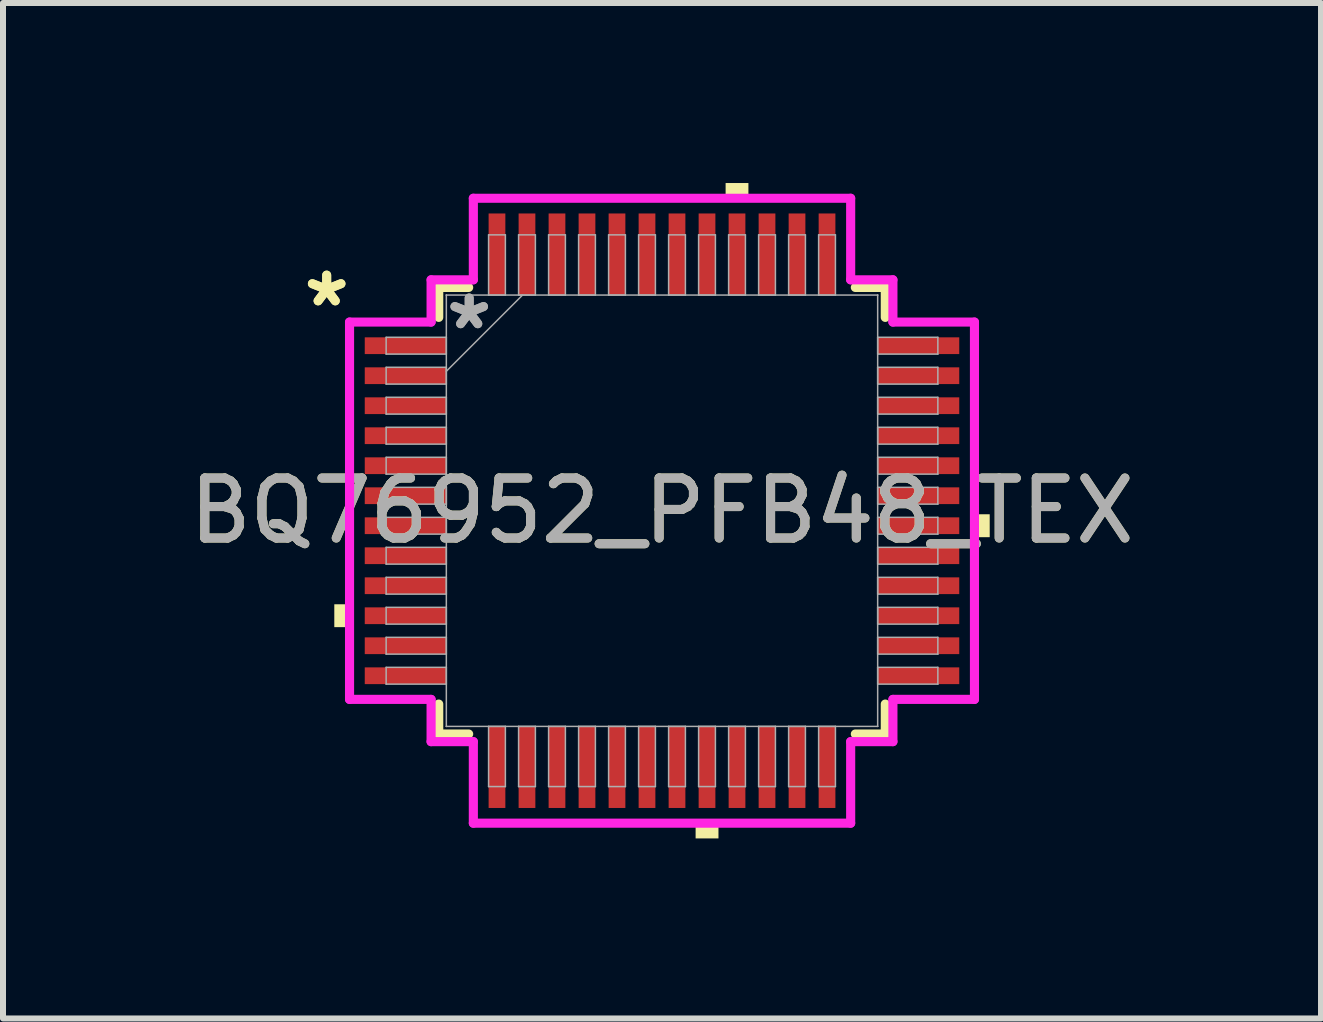
<source format=kicad_pcb>
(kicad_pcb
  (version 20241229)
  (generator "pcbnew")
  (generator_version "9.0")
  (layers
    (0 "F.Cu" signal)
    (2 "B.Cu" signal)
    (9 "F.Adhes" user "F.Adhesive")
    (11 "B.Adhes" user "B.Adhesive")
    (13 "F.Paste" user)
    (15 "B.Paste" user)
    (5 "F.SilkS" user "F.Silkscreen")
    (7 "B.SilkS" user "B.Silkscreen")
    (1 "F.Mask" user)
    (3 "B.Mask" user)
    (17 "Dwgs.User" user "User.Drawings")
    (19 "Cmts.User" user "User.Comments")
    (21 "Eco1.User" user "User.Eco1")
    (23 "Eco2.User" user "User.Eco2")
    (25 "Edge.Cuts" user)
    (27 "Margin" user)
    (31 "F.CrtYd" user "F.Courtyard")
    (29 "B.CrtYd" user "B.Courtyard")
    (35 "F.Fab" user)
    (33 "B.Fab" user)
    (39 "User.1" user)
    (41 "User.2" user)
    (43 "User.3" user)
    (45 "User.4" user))
  (footprint "BQ76952_PFB48_TEX"
    (layer "F.Cu")
    (at 7.982 5.461)
    (property "Reference" "BQ76952_PFB48_TEX" (at 0 0 0) (unlocked yes) (layer "F.SilkS") (effects (font (size 1 1) (thickness 0.15))))
    (attr smd)
    (fp_line (start -3.721 -3.721) (end -3.721 -3.222) (stroke (width 0.152) (type solid)) (layer "F.SilkS"))
    (fp_line (start -3.721 3.222) (end -3.721 3.721) (stroke (width 0.152) (type solid)) (layer "F.SilkS"))
    (fp_line (start -3.721 3.721) (end -3.222 3.721) (stroke (width 0.152) (type solid)) (layer "F.SilkS"))
    (fp_line (start -3.222 -3.721) (end -3.721 -3.721) (stroke (width 0.152) (type solid)) (layer "F.SilkS"))
    (fp_line (start 3.222 3.721) (end 3.721 3.721) (stroke (width 0.152) (type solid)) (layer "F.SilkS"))
    (fp_line (start 3.721 -3.721) (end 3.222 -3.721) (stroke (width 0.152) (type solid)) (layer "F.SilkS"))
    (fp_line (start 3.721 -3.222) (end 3.721 -3.721) (stroke (width 0.152) (type solid)) (layer "F.SilkS"))
    (fp_line (start 3.721 3.721) (end 3.721 3.222) (stroke (width 0.152) (type solid)) (layer "F.SilkS"))
    (fp_poly (pts (xy -5.461 1.559) (xy -5.461 1.94) (xy -5.207 1.94) (xy -5.207 1.559)) (stroke (width 0) (type solid)) (fill yes) (layer "F.SilkS"))
    (fp_poly (pts (xy 0.56 5.207) (xy 0.56 5.461) (xy 0.941 5.461) (xy 0.941 5.207)) (stroke (width 0) (type solid)) (fill yes) (layer "F.SilkS"))
    (fp_poly (pts (xy 1.06 -5.207) (xy 1.06 -5.461) (xy 1.44 -5.461) (xy 1.44 -5.207)) (stroke (width 0) (type solid)) (fill yes) (layer "F.SilkS"))
    (fp_poly (pts (xy 5.461 0.059) (xy 5.461 0.441) (xy 5.207 0.441) (xy 5.207 0.059)) (stroke (width 0) (type solid)) (fill yes) (layer "F.SilkS"))
    (fp_line (start -5.207 -3.144) (end -3.848 -3.144) (stroke (width 0.152) (type solid)) (layer "F.CrtYd"))
    (fp_line (start -5.207 3.144) (end -5.207 -3.144) (stroke (width 0.152) (type solid)) (layer "F.CrtYd"))
    (fp_line (start -3.848 -3.848) (end -3.144 -3.848) (stroke (width 0.152) (type solid)) (layer "F.CrtYd"))
    (fp_line (start -3.848 -3.144) (end -3.848 -3.848) (stroke (width 0.152) (type solid)) (layer "F.CrtYd"))
    (fp_line (start -3.848 3.144) (end -5.207 3.144) (stroke (width 0.152) (type solid)) (layer "F.CrtYd"))
    (fp_line (start -3.848 3.848) (end -3.848 3.144) (stroke (width 0.152) (type solid)) (layer "F.CrtYd"))
    (fp_line (start -3.848 3.848) (end -3.144 3.848) (stroke (width 0.152) (type solid)) (layer "F.CrtYd"))
    (fp_line (start -3.144 -5.207) (end 3.144 -5.207) (stroke (width 0.152) (type solid)) (layer "F.CrtYd"))
    (fp_line (start -3.144 -3.848) (end -3.144 -5.207) (stroke (width 0.152) (type solid)) (layer "F.CrtYd"))
    (fp_line (start -3.144 3.848) (end -3.144 5.207) (stroke (width 0.152) (type solid)) (layer "F.CrtYd"))
    (fp_line (start -3.144 5.207) (end 3.144 5.207) (stroke (width 0.152) (type solid)) (layer "F.CrtYd"))
    (fp_line (start 3.144 -5.207) (end 3.144 -3.848) (stroke (width 0.152) (type solid)) (layer "F.CrtYd"))
    (fp_line (start 3.144 -3.848) (end 3.848 -3.848) (stroke (width 0.152) (type solid)) (layer "F.CrtYd"))
    (fp_line (start 3.144 3.848) (end 3.848 3.848) (stroke (width 0.152) (type solid)) (layer "F.CrtYd"))
    (fp_line (start 3.144 5.207) (end 3.144 3.848) (stroke (width 0.152) (type solid)) (layer "F.CrtYd"))
    (fp_line (start 3.848 -3.144) (end 3.848 -3.848) (stroke (width 0.152) (type solid)) (layer "F.CrtYd"))
    (fp_line (start 3.848 3.144) (end 5.207 3.144) (stroke (width 0.152) (type solid)) (layer "F.CrtYd"))
    (fp_line (start 3.848 3.848) (end 3.848 3.144) (stroke (width 0.152) (type solid)) (layer "F.CrtYd"))
    (fp_line (start 5.207 -3.144) (end 3.848 -3.144) (stroke (width 0.152) (type solid)) (layer "F.CrtYd"))
    (fp_line (start 5.207 3.144) (end 5.207 -3.144) (stroke (width 0.152) (type solid)) (layer "F.CrtYd"))
    (fp_line (start -4.597 -2.89) (end -4.597 -2.61) (stroke (width 0.025) (type solid)) (layer "F.Fab"))
    (fp_line (start -4.597 -2.61) (end -3.594 -2.61) (stroke (width 0.025) (type solid)) (layer "F.Fab"))
    (fp_line (start -4.597 -2.39) (end -4.597 -2.11) (stroke (width 0.025) (type solid)) (layer "F.Fab"))
    (fp_line (start -4.597 -2.11) (end -3.594 -2.11) (stroke (width 0.025) (type solid)) (layer "F.Fab"))
    (fp_line (start -4.597 -1.89) (end -4.597 -1.61) (stroke (width 0.025) (type solid)) (layer "F.Fab"))
    (fp_line (start -4.597 -1.61) (end -3.594 -1.61) (stroke (width 0.025) (type solid)) (layer "F.Fab"))
    (fp_line (start -4.597 -1.39) (end -4.597 -1.11) (stroke (width 0.025) (type solid)) (layer "F.Fab"))
    (fp_line (start -4.597 -1.11) (end -3.594 -1.11) (stroke (width 0.025) (type solid)) (layer "F.Fab"))
    (fp_line (start -4.597 -0.89) (end -4.597 -0.61) (stroke (width 0.025) (type solid)) (layer "F.Fab"))
    (fp_line (start -4.597 -0.61) (end -3.594 -0.61) (stroke (width 0.025) (type solid)) (layer "F.Fab"))
    (fp_line (start -4.597 -0.39) (end -4.597 -0.11) (stroke (width 0.025) (type solid)) (layer "F.Fab"))
    (fp_line (start -4.597 -0.11) (end -3.594 -0.11) (stroke (width 0.025) (type solid)) (layer "F.Fab"))
    (fp_line (start -4.597 0.11) (end -4.597 0.39) (stroke (width 0.025) (type solid)) (layer "F.Fab"))
    (fp_line (start -4.597 0.39) (end -3.594 0.39) (stroke (width 0.025) (type solid)) (layer "F.Fab"))
    (fp_line (start -4.597 0.61) (end -4.597 0.89) (stroke (width 0.025) (type solid)) (layer "F.Fab"))
    (fp_line (start -4.597 0.89) (end -3.594 0.89) (stroke (width 0.025) (type solid)) (layer "F.Fab"))
    (fp_line (start -4.597 1.11) (end -4.597 1.39) (stroke (width 0.025) (type solid)) (layer "F.Fab"))
    (fp_line (start -4.597 1.39) (end -3.594 1.39) (stroke (width 0.025) (type solid)) (layer "F.Fab"))
    (fp_line (start -4.597 1.61) (end -4.597 1.89) (stroke (width 0.025) (type solid)) (layer "F.Fab"))
    (fp_line (start -4.597 1.89) (end -3.594 1.89) (stroke (width 0.025) (type solid)) (layer "F.Fab"))
    (fp_line (start -4.597 2.11) (end -4.597 2.39) (stroke (width 0.025) (type solid)) (layer "F.Fab"))
    (fp_line (start -4.597 2.39) (end -3.594 2.39) (stroke (width 0.025) (type solid)) (layer "F.Fab"))
    (fp_line (start -4.597 2.61) (end -4.597 2.89) (stroke (width 0.025) (type solid)) (layer "F.Fab"))
    (fp_line (start -4.597 2.89) (end -3.594 2.89) (stroke (width 0.025) (type solid)) (layer "F.Fab"))
    (fp_line (start -3.594 -3.594) (end -3.594 -3.594) (stroke (width 0.025) (type solid)) (layer "F.Fab"))
    (fp_line (start -3.594 -3.594) (end -3.594 3.594) (stroke (width 0.025) (type solid)) (layer "F.Fab"))
    (fp_line (start -3.594 -2.89) (end -4.597 -2.89) (stroke (width 0.025) (type solid)) (layer "F.Fab"))
    (fp_line (start -3.594 -2.61) (end -3.594 -2.89) (stroke (width 0.025) (type solid)) (layer "F.Fab"))
    (fp_line (start -3.594 -2.39) (end -4.597 -2.39) (stroke (width 0.025) (type solid)) (layer "F.Fab"))
    (fp_line (start -3.594 -2.324) (end -2.324 -3.594) (stroke (width 0.025) (type solid)) (layer "F.Fab"))
    (fp_line (start -3.594 -2.11) (end -3.594 -2.39) (stroke (width 0.025) (type solid)) (layer "F.Fab"))
    (fp_line (start -3.594 -1.89) (end -4.597 -1.89) (stroke (width 0.025) (type solid)) (layer "F.Fab"))
    (fp_line (start -3.594 -1.61) (end -3.594 -1.89) (stroke (width 0.025) (type solid)) (layer "F.Fab"))
    (fp_line (start -3.594 -1.39) (end -4.597 -1.39) (stroke (width 0.025) (type solid)) (layer "F.Fab"))
    (fp_line (start -3.594 -1.11) (end -3.594 -1.39) (stroke (width 0.025) (type solid)) (layer "F.Fab"))
    (fp_line (start -3.594 -0.89) (end -4.597 -0.89) (stroke (width 0.025) (type solid)) (layer "F.Fab"))
    (fp_line (start -3.594 -0.61) (end -3.594 -0.89) (stroke (width 0.025) (type solid)) (layer "F.Fab"))
    (fp_line (start -3.594 -0.39) (end -4.597 -0.39) (stroke (width 0.025) (type solid)) (layer "F.Fab"))
    (fp_line (start -3.594 -0.11) (end -3.594 -0.39) (stroke (width 0.025) (type solid)) (layer "F.Fab"))
    (fp_line (start -3.594 0.11) (end -4.597 0.11) (stroke (width 0.025) (type solid)) (layer "F.Fab"))
    (fp_line (start -3.594 0.39) (end -3.594 0.11) (stroke (width 0.025) (type solid)) (layer "F.Fab"))
    (fp_line (start -3.594 0.61) (end -4.597 0.61) (stroke (width 0.025) (type solid)) (layer "F.Fab"))
    (fp_line (start -3.594 0.89) (end -3.594 0.61) (stroke (width 0.025) (type solid)) (layer "F.Fab"))
    (fp_line (start -3.594 1.11) (end -4.597 1.11) (stroke (width 0.025) (type solid)) (layer "F.Fab"))
    (fp_line (start -3.594 1.39) (end -3.594 1.11) (stroke (width 0.025) (type solid)) (layer "F.Fab"))
    (fp_line (start -3.594 1.61) (end -4.597 1.61) (stroke (width 0.025) (type solid)) (layer "F.Fab"))
    (fp_line (start -3.594 1.89) (end -3.594 1.61) (stroke (width 0.025) (type solid)) (layer "F.Fab"))
    (fp_line (start -3.594 2.11) (end -4.597 2.11) (stroke (width 0.025) (type solid)) (layer "F.Fab"))
    (fp_line (start -3.594 2.39) (end -3.594 2.11) (stroke (width 0.025) (type solid)) (layer "F.Fab"))
    (fp_line (start -3.594 2.61) (end -4.597 2.61) (stroke (width 0.025) (type solid)) (layer "F.Fab"))
    (fp_line (start -3.594 2.89) (end -3.594 2.61) (stroke (width 0.025) (type solid)) (layer "F.Fab"))
    (fp_line (start -3.594 3.594) (end -3.594 3.594) (stroke (width 0.025) (type solid)) (layer "F.Fab"))
    (fp_line (start -3.594 3.594) (end 3.594 3.594) (stroke (width 0.025) (type solid)) (layer "F.Fab"))
    (fp_line (start -2.89 -4.597) (end -2.89 -3.594) (stroke (width 0.025) (type solid)) (layer "F.Fab"))
    (fp_line (start -2.89 -3.594) (end -2.61 -3.594) (stroke (width 0.025) (type solid)) (layer "F.Fab"))
    (fp_line (start -2.89 3.594) (end -2.89 4.597) (stroke (width 0.025) (type solid)) (layer "F.Fab"))
    (fp_line (start -2.89 4.597) (end -2.61 4.597) (stroke (width 0.025) (type solid)) (layer "F.Fab"))
    (fp_line (start -2.61 -4.597) (end -2.89 -4.597) (stroke (width 0.025) (type solid)) (layer "F.Fab"))
    (fp_line (start -2.61 -3.594) (end -2.61 -4.597) (stroke (width 0.025) (type solid)) (layer "F.Fab"))
    (fp_line (start -2.61 3.594) (end -2.89 3.594) (stroke (width 0.025) (type solid)) (layer "F.Fab"))
    (fp_line (start -2.61 4.597) (end -2.61 3.594) (stroke (width 0.025) (type solid)) (layer "F.Fab"))
    (fp_line (start -2.39 -4.597) (end -2.39 -3.594) (stroke (width 0.025) (type solid)) (layer "F.Fab"))
    (fp_line (start -2.39 -3.594) (end -2.11 -3.594) (stroke (width 0.025) (type solid)) (layer "F.Fab"))
    (fp_line (start -2.39 3.594) (end -2.39 4.597) (stroke (width 0.025) (type solid)) (layer "F.Fab"))
    (fp_line (start -2.39 4.597) (end -2.11 4.597) (stroke (width 0.025) (type solid)) (layer "F.Fab"))
    (fp_line (start -2.11 -4.597) (end -2.39 -4.597) (stroke (width 0.025) (type solid)) (layer "F.Fab"))
    (fp_line (start -2.11 -3.594) (end -2.11 -4.597) (stroke (width 0.025) (type solid)) (layer "F.Fab"))
    (fp_line (start -2.11 3.594) (end -2.39 3.594) (stroke (width 0.025) (type solid)) (layer "F.Fab"))
    (fp_line (start -2.11 4.597) (end -2.11 3.594) (stroke (width 0.025) (type solid)) (layer "F.Fab"))
    (fp_line (start -1.89 -4.597) (end -1.89 -3.594) (stroke (width 0.025) (type solid)) (layer "F.Fab"))
    (fp_line (start -1.89 -3.594) (end -1.61 -3.594) (stroke (width 0.025) (type solid)) (layer "F.Fab"))
    (fp_line (start -1.89 3.594) (end -1.89 4.597) (stroke (width 0.025) (type solid)) (layer "F.Fab"))
    (fp_line (start -1.89 4.597) (end -1.61 4.597) (stroke (width 0.025) (type solid)) (layer "F.Fab"))
    (fp_line (start -1.61 -4.597) (end -1.89 -4.597) (stroke (width 0.025) (type solid)) (layer "F.Fab"))
    (fp_line (start -1.61 -3.594) (end -1.61 -4.597) (stroke (width 0.025) (type solid)) (layer "F.Fab"))
    (fp_line (start -1.61 3.594) (end -1.89 3.594) (stroke (width 0.025) (type solid)) (layer "F.Fab"))
    (fp_line (start -1.61 4.597) (end -1.61 3.594) (stroke (width 0.025) (type solid)) (layer "F.Fab"))
    (fp_line (start -1.39 -4.597) (end -1.39 -3.594) (stroke (width 0.025) (type solid)) (layer "F.Fab"))
    (fp_line (start -1.39 -3.594) (end -1.11 -3.594) (stroke (width 0.025) (type solid)) (layer "F.Fab"))
    (fp_line (start -1.39 3.594) (end -1.39 4.597) (stroke (width 0.025) (type solid)) (layer "F.Fab"))
    (fp_line (start -1.39 4.597) (end -1.11 4.597) (stroke (width 0.025) (type solid)) (layer "F.Fab"))
    (fp_line (start -1.11 -4.597) (end -1.39 -4.597) (stroke (width 0.025) (type solid)) (layer "F.Fab"))
    (fp_line (start -1.11 -3.594) (end -1.11 -4.597) (stroke (width 0.025) (type solid)) (layer "F.Fab"))
    (fp_line (start -1.11 3.594) (end -1.39 3.594) (stroke (width 0.025) (type solid)) (layer "F.Fab"))
    (fp_line (start -1.11 4.597) (end -1.11 3.594) (stroke (width 0.025) (type solid)) (layer "F.Fab"))
    (fp_line (start -0.89 -4.597) (end -0.89 -3.594) (stroke (width 0.025) (type solid)) (layer "F.Fab"))
    (fp_line (start -0.89 -3.594) (end -0.61 -3.594) (stroke (width 0.025) (type solid)) (layer "F.Fab"))
    (fp_line (start -0.89 3.594) (end -0.89 4.597) (stroke (width 0.025) (type solid)) (layer "F.Fab"))
    (fp_line (start -0.89 4.597) (end -0.61 4.597) (stroke (width 0.025) (type solid)) (layer "F.Fab"))
    (fp_line (start -0.61 -4.597) (end -0.89 -4.597) (stroke (width 0.025) (type solid)) (layer "F.Fab"))
    (fp_line (start -0.61 -3.594) (end -0.61 -4.597) (stroke (width 0.025) (type solid)) (layer "F.Fab"))
    (fp_line (start -0.61 3.594) (end -0.89 3.594) (stroke (width 0.025) (type solid)) (layer "F.Fab"))
    (fp_line (start -0.61 4.597) (end -0.61 3.594) (stroke (width 0.025) (type solid)) (layer "F.Fab"))
    (fp_line (start -0.39 -4.597) (end -0.39 -3.594) (stroke (width 0.025) (type solid)) (layer "F.Fab"))
    (fp_line (start -0.39 -3.594) (end -0.11 -3.594) (stroke (width 0.025) (type solid)) (layer "F.Fab"))
    (fp_line (start -0.39 3.594) (end -0.39 4.597) (stroke (width 0.025) (type solid)) (layer "F.Fab"))
    (fp_line (start -0.39 4.597) (end -0.11 4.597) (stroke (width 0.025) (type solid)) (layer "F.Fab"))
    (fp_line (start -0.11 -4.597) (end -0.39 -4.597) (stroke (width 0.025) (type solid)) (layer "F.Fab"))
    (fp_line (start -0.11 -3.594) (end -0.11 -4.597) (stroke (width 0.025) (type solid)) (layer "F.Fab"))
    (fp_line (start -0.11 3.594) (end -0.39 3.594) (stroke (width 0.025) (type solid)) (layer "F.Fab"))
    (fp_line (start -0.11 4.597) (end -0.11 3.594) (stroke (width 0.025) (type solid)) (layer "F.Fab"))
    (fp_line (start 0.11 -4.597) (end 0.11 -3.594) (stroke (width 0.025) (type solid)) (layer "F.Fab"))
    (fp_line (start 0.11 -3.594) (end 0.39 -3.594) (stroke (width 0.025) (type solid)) (layer "F.Fab"))
    (fp_line (start 0.11 3.594) (end 0.11 4.597) (stroke (width 0.025) (type solid)) (layer "F.Fab"))
    (fp_line (start 0.11 4.597) (end 0.39 4.597) (stroke (width 0.025) (type solid)) (layer "F.Fab"))
    (fp_line (start 0.39 -4.597) (end 0.11 -4.597) (stroke (width 0.025) (type solid)) (layer "F.Fab"))
    (fp_line (start 0.39 -3.594) (end 0.39 -4.597) (stroke (width 0.025) (type solid)) (layer "F.Fab"))
    (fp_line (start 0.39 3.594) (end 0.11 3.594) (stroke (width 0.025) (type solid)) (layer "F.Fab"))
    (fp_line (start 0.39 4.597) (end 0.39 3.594) (stroke (width 0.025) (type solid)) (layer "F.Fab"))
    (fp_line (start 0.61 -4.597) (end 0.61 -3.594) (stroke (width 0.025) (type solid)) (layer "F.Fab"))
    (fp_line (start 0.61 -3.594) (end 0.89 -3.594) (stroke (width 0.025) (type solid)) (layer "F.Fab"))
    (fp_line (start 0.61 3.594) (end 0.61 4.597) (stroke (width 0.025) (type solid)) (layer "F.Fab"))
    (fp_line (start 0.61 4.597) (end 0.89 4.597) (stroke (width 0.025) (type solid)) (layer "F.Fab"))
    (fp_line (start 0.89 -4.597) (end 0.61 -4.597) (stroke (width 0.025) (type solid)) (layer "F.Fab"))
    (fp_line (start 0.89 -3.594) (end 0.89 -4.597) (stroke (width 0.025) (type solid)) (layer "F.Fab"))
    (fp_line (start 0.89 3.594) (end 0.61 3.594) (stroke (width 0.025) (type solid)) (layer "F.Fab"))
    (fp_line (start 0.89 4.597) (end 0.89 3.594) (stroke (width 0.025) (type solid)) (layer "F.Fab"))
    (fp_line (start 1.11 -4.597) (end 1.11 -3.594) (stroke (width 0.025) (type solid)) (layer "F.Fab"))
    (fp_line (start 1.11 -3.594) (end 1.39 -3.594) (stroke (width 0.025) (type solid)) (layer "F.Fab"))
    (fp_line (start 1.11 3.594) (end 1.11 4.597) (stroke (width 0.025) (type solid)) (layer "F.Fab"))
    (fp_line (start 1.11 4.597) (end 1.39 4.597) (stroke (width 0.025) (type solid)) (layer "F.Fab"))
    (fp_line (start 1.39 -4.597) (end 1.11 -4.597) (stroke (width 0.025) (type solid)) (layer "F.Fab"))
    (fp_line (start 1.39 -3.594) (end 1.39 -4.597) (stroke (width 0.025) (type solid)) (layer "F.Fab"))
    (fp_line (start 1.39 3.594) (end 1.11 3.594) (stroke (width 0.025) (type solid)) (layer "F.Fab"))
    (fp_line (start 1.39 4.597) (end 1.39 3.594) (stroke (width 0.025) (type solid)) (layer "F.Fab"))
    (fp_line (start 1.61 -4.597) (end 1.61 -3.594) (stroke (width 0.025) (type solid)) (layer "F.Fab"))
    (fp_line (start 1.61 -3.594) (end 1.89 -3.594) (stroke (width 0.025) (type solid)) (layer "F.Fab"))
    (fp_line (start 1.61 3.594) (end 1.61 4.597) (stroke (width 0.025) (type solid)) (layer "F.Fab"))
    (fp_line (start 1.61 4.597) (end 1.89 4.597) (stroke (width 0.025) (type solid)) (layer "F.Fab"))
    (fp_line (start 1.89 -4.597) (end 1.61 -4.597) (stroke (width 0.025) (type solid)) (layer "F.Fab"))
    (fp_line (start 1.89 -3.594) (end 1.89 -4.597) (stroke (width 0.025) (type solid)) (layer "F.Fab"))
    (fp_line (start 1.89 3.594) (end 1.61 3.594) (stroke (width 0.025) (type solid)) (layer "F.Fab"))
    (fp_line (start 1.89 4.597) (end 1.89 3.594) (stroke (width 0.025) (type solid)) (layer "F.Fab"))
    (fp_line (start 2.11 -4.597) (end 2.11 -3.594) (stroke (width 0.025) (type solid)) (layer "F.Fab"))
    (fp_line (start 2.11 -3.594) (end 2.39 -3.594) (stroke (width 0.025) (type solid)) (layer "F.Fab"))
    (fp_line (start 2.11 3.594) (end 2.11 4.597) (stroke (width 0.025) (type solid)) (layer "F.Fab"))
    (fp_line (start 2.11 4.597) (end 2.39 4.597) (stroke (width 0.025) (type solid)) (layer "F.Fab"))
    (fp_line (start 2.39 -4.597) (end 2.11 -4.597) (stroke (width 0.025) (type solid)) (layer "F.Fab"))
    (fp_line (start 2.39 -3.594) (end 2.39 -4.597) (stroke (width 0.025) (type solid)) (layer "F.Fab"))
    (fp_line (start 2.39 3.594) (end 2.11 3.594) (stroke (width 0.025) (type solid)) (layer "F.Fab"))
    (fp_line (start 2.39 4.597) (end 2.39 3.594) (stroke (width 0.025) (type solid)) (layer "F.Fab"))
    (fp_line (start 2.61 -4.597) (end 2.61 -3.594) (stroke (width 0.025) (type solid)) (layer "F.Fab"))
    (fp_line (start 2.61 -3.594) (end 2.89 -3.594) (stroke (width 0.025) (type solid)) (layer "F.Fab"))
    (fp_line (start 2.61 3.594) (end 2.61 4.597) (stroke (width 0.025) (type solid)) (layer "F.Fab"))
    (fp_line (start 2.61 4.597) (end 2.89 4.597) (stroke (width 0.025) (type solid)) (layer "F.Fab"))
    (fp_line (start 2.89 -4.597) (end 2.61 -4.597) (stroke (width 0.025) (type solid)) (layer "F.Fab"))
    (fp_line (start 2.89 -3.594) (end 2.89 -4.597) (stroke (width 0.025) (type solid)) (layer "F.Fab"))
    (fp_line (start 2.89 3.594) (end 2.61 3.594) (stroke (width 0.025) (type solid)) (layer "F.Fab"))
    (fp_line (start 2.89 4.597) (end 2.89 3.594) (stroke (width 0.025) (type solid)) (layer "F.Fab"))
    (fp_line (start 3.594 -3.594) (end -3.594 -3.594) (stroke (width 0.025) (type solid)) (layer "F.Fab"))
    (fp_line (start 3.594 -3.594) (end 3.594 -3.594) (stroke (width 0.025) (type solid)) (layer "F.Fab"))
    (fp_line (start 3.594 -2.89) (end 3.594 -2.61) (stroke (width 0.025) (type solid)) (layer "F.Fab"))
    (fp_line (start 3.594 -2.61) (end 4.597 -2.61) (stroke (width 0.025) (type solid)) (layer "F.Fab"))
    (fp_line (start 3.594 -2.39) (end 3.594 -2.11) (stroke (width 0.025) (type solid)) (layer "F.Fab"))
    (fp_line (start 3.594 -2.11) (end 4.597 -2.11) (stroke (width 0.025) (type solid)) (layer "F.Fab"))
    (fp_line (start 3.594 -1.89) (end 3.594 -1.61) (stroke (width 0.025) (type solid)) (layer "F.Fab"))
    (fp_line (start 3.594 -1.61) (end 4.597 -1.61) (stroke (width 0.025) (type solid)) (layer "F.Fab"))
    (fp_line (start 3.594 -1.39) (end 3.594 -1.11) (stroke (width 0.025) (type solid)) (layer "F.Fab"))
    (fp_line (start 3.594 -1.11) (end 4.597 -1.11) (stroke (width 0.025) (type solid)) (layer "F.Fab"))
    (fp_line (start 3.594 -0.89) (end 3.594 -0.61) (stroke (width 0.025) (type solid)) (layer "F.Fab"))
    (fp_line (start 3.594 -0.61) (end 4.597 -0.61) (stroke (width 0.025) (type solid)) (layer "F.Fab"))
    (fp_line (start 3.594 -0.39) (end 3.594 -0.11) (stroke (width 0.025) (type solid)) (layer "F.Fab"))
    (fp_line (start 3.594 -0.11) (end 4.597 -0.11) (stroke (width 0.025) (type solid)) (layer "F.Fab"))
    (fp_line (start 3.594 0.11) (end 3.594 0.39) (stroke (width 0.025) (type solid)) (layer "F.Fab"))
    (fp_line (start 3.594 0.39) (end 4.597 0.39) (stroke (width 0.025) (type solid)) (layer "F.Fab"))
    (fp_line (start 3.594 0.61) (end 3.594 0.89) (stroke (width 0.025) (type solid)) (layer "F.Fab"))
    (fp_line (start 3.594 0.89) (end 4.597 0.89) (stroke (width 0.025) (type solid)) (layer "F.Fab"))
    (fp_line (start 3.594 1.11) (end 3.594 1.39) (stroke (width 0.025) (type solid)) (layer "F.Fab"))
    (fp_line (start 3.594 1.39) (end 4.597 1.39) (stroke (width 0.025) (type solid)) (layer "F.Fab"))
    (fp_line (start 3.594 1.61) (end 3.594 1.89) (stroke (width 0.025) (type solid)) (layer "F.Fab"))
    (fp_line (start 3.594 1.89) (end 4.597 1.89) (stroke (width 0.025) (type solid)) (layer "F.Fab"))
    (fp_line (start 3.594 2.11) (end 3.594 2.39) (stroke (width 0.025) (type solid)) (layer "F.Fab"))
    (fp_line (start 3.594 2.39) (end 4.597 2.39) (stroke (width 0.025) (type solid)) (layer "F.Fab"))
    (fp_line (start 3.594 2.61) (end 3.594 2.89) (stroke (width 0.025) (type solid)) (layer "F.Fab"))
    (fp_line (start 3.594 2.89) (end 4.597 2.89) (stroke (width 0.025) (type solid)) (layer "F.Fab"))
    (fp_line (start 3.594 3.594) (end 3.594 -3.594) (stroke (width 0.025) (type solid)) (layer "F.Fab"))
    (fp_line (start 3.594 3.594) (end 3.594 3.594) (stroke (width 0.025) (type solid)) (layer "F.Fab"))
    (fp_line (start 4.597 -2.89) (end 3.594 -2.89) (stroke (width 0.025) (type solid)) (layer "F.Fab"))
    (fp_line (start 4.597 -2.61) (end 4.597 -2.89) (stroke (width 0.025) (type solid)) (layer "F.Fab"))
    (fp_line (start 4.597 -2.39) (end 3.594 -2.39) (stroke (width 0.025) (type solid)) (layer "F.Fab"))
    (fp_line (start 4.597 -2.11) (end 4.597 -2.39) (stroke (width 0.025) (type solid)) (layer "F.Fab"))
    (fp_line (start 4.597 -1.89) (end 3.594 -1.89) (stroke (width 0.025) (type solid)) (layer "F.Fab"))
    (fp_line (start 4.597 -1.61) (end 4.597 -1.89) (stroke (width 0.025) (type solid)) (layer "F.Fab"))
    (fp_line (start 4.597 -1.39) (end 3.594 -1.39) (stroke (width 0.025) (type solid)) (layer "F.Fab"))
    (fp_line (start 4.597 -1.11) (end 4.597 -1.39) (stroke (width 0.025) (type solid)) (layer "F.Fab"))
    (fp_line (start 4.597 -0.89) (end 3.594 -0.89) (stroke (width 0.025) (type solid)) (layer "F.Fab"))
    (fp_line (start 4.597 -0.61) (end 4.597 -0.89) (stroke (width 0.025) (type solid)) (layer "F.Fab"))
    (fp_line (start 4.597 -0.39) (end 3.594 -0.39) (stroke (width 0.025) (type solid)) (layer "F.Fab"))
    (fp_line (start 4.597 -0.11) (end 4.597 -0.39) (stroke (width 0.025) (type solid)) (layer "F.Fab"))
    (fp_line (start 4.597 0.11) (end 3.594 0.11) (stroke (width 0.025) (type solid)) (layer "F.Fab"))
    (fp_line (start 4.597 0.39) (end 4.597 0.11) (stroke (width 0.025) (type solid)) (layer "F.Fab"))
    (fp_line (start 4.597 0.61) (end 3.594 0.61) (stroke (width 0.025) (type solid)) (layer "F.Fab"))
    (fp_line (start 4.597 0.89) (end 4.597 0.61) (stroke (width 0.025) (type solid)) (layer "F.Fab"))
    (fp_line (start 4.597 1.11) (end 3.594 1.11) (stroke (width 0.025) (type solid)) (layer "F.Fab"))
    (fp_line (start 4.597 1.39) (end 4.597 1.11) (stroke (width 0.025) (type solid)) (layer "F.Fab"))
    (fp_line (start 4.597 1.61) (end 3.594 1.61) (stroke (width 0.025) (type solid)) (layer "F.Fab"))
    (fp_line (start 4.597 1.89) (end 4.597 1.61) (stroke (width 0.025) (type solid)) (layer "F.Fab"))
    (fp_line (start 4.597 2.11) (end 3.594 2.11) (stroke (width 0.025) (type solid)) (layer "F.Fab"))
    (fp_line (start 4.597 2.39) (end 4.597 2.11) (stroke (width 0.025) (type solid)) (layer "F.Fab"))
    (fp_line (start 4.597 2.61) (end 3.594 2.61) (stroke (width 0.025) (type solid)) (layer "F.Fab"))
    (fp_line (start 4.597 2.89) (end 4.597 2.61) (stroke (width 0.025) (type solid)) (layer "F.Fab"))
    (fp_text user "*" (at -5.588 -3.381 0) (layer "F.SilkS") (effects (font (size 1 1) (thickness 0.15))))
    (fp_text user "*" (at -5.588 -3.381 0) (unlocked yes) (layer "F.SilkS") (effects (font (size 1 1) (thickness 0.15))))
    (fp_text user "*" (at -3.213 -3 0) (unlocked yes) (layer "F.Fab") (effects (font (size 1 1) (thickness 0.15))))
    (fp_text user "${REFERENCE}" (at 0 0 0) (unlocked yes) (layer "F.Fab") (effects (font (size 1 1) (thickness 0.15))))
    (fp_text user "*" (at -3.213 -3 0) (layer "F.Fab") (effects (font (size 1 1) (thickness 0.15))))
    (pad "1" smd rect (at -4.274 -2.75 90) (size 0.279 1.359) (layers "F.Cu" "F.Mask" "F.Paste"))
    (pad "2" smd rect (at -4.274 -2.25 90) (size 0.279 1.359) (layers "F.Cu" "F.Mask" "F.Paste"))
    (pad "3" smd rect (at -4.274 -1.75 90) (size 0.279 1.359) (layers "F.Cu" "F.Mask" "F.Paste"))
    (pad "4" smd rect (at -4.274 -1.25 90) (size 0.279 1.359) (layers "F.Cu" "F.Mask" "F.Paste"))
    (pad "5" smd rect (at -4.274 -0.75 90) (size 0.279 1.359) (layers "F.Cu" "F.Mask" "F.Paste"))
    (pad "6" smd rect (at -4.274 -0.25 90) (size 0.279 1.359) (layers "F.Cu" "F.Mask" "F.Paste"))
    (pad "7" smd rect (at -4.274 0.25 90) (size 0.279 1.359) (layers "F.Cu" "F.Mask" "F.Paste"))
    (pad "8" smd rect (at -4.274 0.75 90) (size 0.279 1.359) (layers "F.Cu" "F.Mask" "F.Paste"))
    (pad "9" smd rect (at -4.274 1.25 90) (size 0.279 1.359) (layers "F.Cu" "F.Mask" "F.Paste"))
    (pad "10" smd rect (at -4.274 1.75 90) (size 0.279 1.359) (layers "F.Cu" "F.Mask" "F.Paste"))
    (pad "11" smd rect (at -4.274 2.25 90) (size 0.279 1.359) (layers "F.Cu" "F.Mask" "F.Paste"))
    (pad "12" smd rect (at -4.274 2.75 90) (size 0.279 1.359) (layers "F.Cu" "F.Mask" "F.Paste"))
    (pad "13" smd rect (at -2.75 4.274) (size 0.279 1.359) (layers "F.Cu" "F.Mask" "F.Paste"))
    (pad "14" smd rect (at -2.25 4.274) (size 0.279 1.359) (layers "F.Cu" "F.Mask" "F.Paste"))
    (pad "15" smd rect (at -1.75 4.274) (size 0.279 1.359) (layers "F.Cu" "F.Mask" "F.Paste"))
    (pad "16" smd rect (at -1.25 4.274) (size 0.279 1.359) (layers "F.Cu" "F.Mask" "F.Paste"))
    (pad "17" smd rect (at -0.75 4.274) (size 0.279 1.359) (layers "F.Cu" "F.Mask" "F.Paste"))
    (pad "18" smd rect (at -0.25 4.274) (size 0.279 1.359) (layers "F.Cu" "F.Mask" "F.Paste"))
    (pad "19" smd rect (at 0.25 4.274) (size 0.279 1.359) (layers "F.Cu" "F.Mask" "F.Paste"))
    (pad "20" smd rect (at 0.75 4.274) (size 0.279 1.359) (layers "F.Cu" "F.Mask" "F.Paste"))
    (pad "21" smd rect (at 1.25 4.274) (size 0.279 1.359) (layers "F.Cu" "F.Mask" "F.Paste"))
    (pad "22" smd rect (at 1.75 4.274) (size 0.279 1.359) (layers "F.Cu" "F.Mask" "F.Paste"))
    (pad "23" smd rect (at 2.25 4.274) (size 0.279 1.359) (layers "F.Cu" "F.Mask" "F.Paste"))
    (pad "24" smd rect (at 2.75 4.274) (size 0.279 1.359) (layers "F.Cu" "F.Mask" "F.Paste"))
    (pad "25" smd rect (at 4.274 2.75 90) (size 0.279 1.359) (layers "F.Cu" "F.Mask" "F.Paste"))
    (pad "26" smd rect (at 4.274 2.25 90) (size 0.279 1.359) (layers "F.Cu" "F.Mask" "F.Paste"))
    (pad "27" smd rect (at 4.274 1.75 90) (size 0.279 1.359) (layers "F.Cu" "F.Mask" "F.Paste"))
    (pad "28" smd rect (at 4.274 1.25 90) (size 0.279 1.359) (layers "F.Cu" "F.Mask" "F.Paste"))
    (pad "29" smd rect (at 4.274 0.75 90) (size 0.279 1.359) (layers "F.Cu" "F.Mask" "F.Paste"))
    (pad "30" smd rect (at 4.274 0.25 90) (size 0.279 1.359) (layers "F.Cu" "F.Mask" "F.Paste"))
    (pad "31" smd rect (at 4.274 -0.25 90) (size 0.279 1.359) (layers "F.Cu" "F.Mask" "F.Paste"))
    (pad "32" smd rect (at 4.274 -0.75 90) (size 0.279 1.359) (layers "F.Cu" "F.Mask" "F.Paste"))
    (pad "33" smd rect (at 4.274 -1.25 90) (size 0.279 1.359) (layers "F.Cu" "F.Mask" "F.Paste"))
    (pad "34" smd rect (at 4.274 -1.75 90) (size 0.279 1.359) (layers "F.Cu" "F.Mask" "F.Paste"))
    (pad "35" smd rect (at 4.274 -2.25 90) (size 0.279 1.359) (layers "F.Cu" "F.Mask" "F.Paste"))
    (pad "36" smd rect (at 4.274 -2.75 90) (size 0.279 1.359) (layers "F.Cu" "F.Mask" "F.Paste"))
    (pad "37" smd rect (at 2.75 -4.274) (size 0.279 1.359) (layers "F.Cu" "F.Mask" "F.Paste"))
    (pad "38" smd rect (at 2.25 -4.274) (size 0.279 1.359) (layers "F.Cu" "F.Mask" "F.Paste"))
    (pad "39" smd rect (at 1.75 -4.274) (size 0.279 1.359) (layers "F.Cu" "F.Mask" "F.Paste"))
    (pad "40" smd rect (at 1.25 -4.274) (size 0.279 1.359) (layers "F.Cu" "F.Mask" "F.Paste"))
    (pad "41" smd rect (at 0.75 -4.274) (size 0.279 1.359) (layers "F.Cu" "F.Mask" "F.Paste"))
    (pad "42" smd rect (at 0.25 -4.274) (size 0.279 1.359) (layers "F.Cu" "F.Mask" "F.Paste"))
    (pad "43" smd rect (at -0.25 -4.274) (size 0.279 1.359) (layers "F.Cu" "F.Mask" "F.Paste"))
    (pad "44" smd rect (at -0.75 -4.274) (size 0.279 1.359) (layers "F.Cu" "F.Mask" "F.Paste"))
    (pad "45" smd rect (at -1.25 -4.274) (size 0.279 1.359) (layers "F.Cu" "F.Mask" "F.Paste"))
    (pad "46" smd rect (at -1.75 -4.274) (size 0.279 1.359) (layers "F.Cu" "F.Mask" "F.Paste"))
    (pad "47" smd rect (at -2.25 -4.274) (size 0.279 1.359) (layers "F.Cu" "F.Mask" "F.Paste"))
    (pad "48" smd rect (at -2.75 -4.274) (size 0.279 1.359) (layers "F.Cu" "F.Mask" "F.Paste")))
  (gr_rect
    (start -3 -3)
    (end 18.964 13.922)
    (stroke (width 0.1) (type default))
    (fill no)
    (layer "Edge.Cuts")))
</source>
